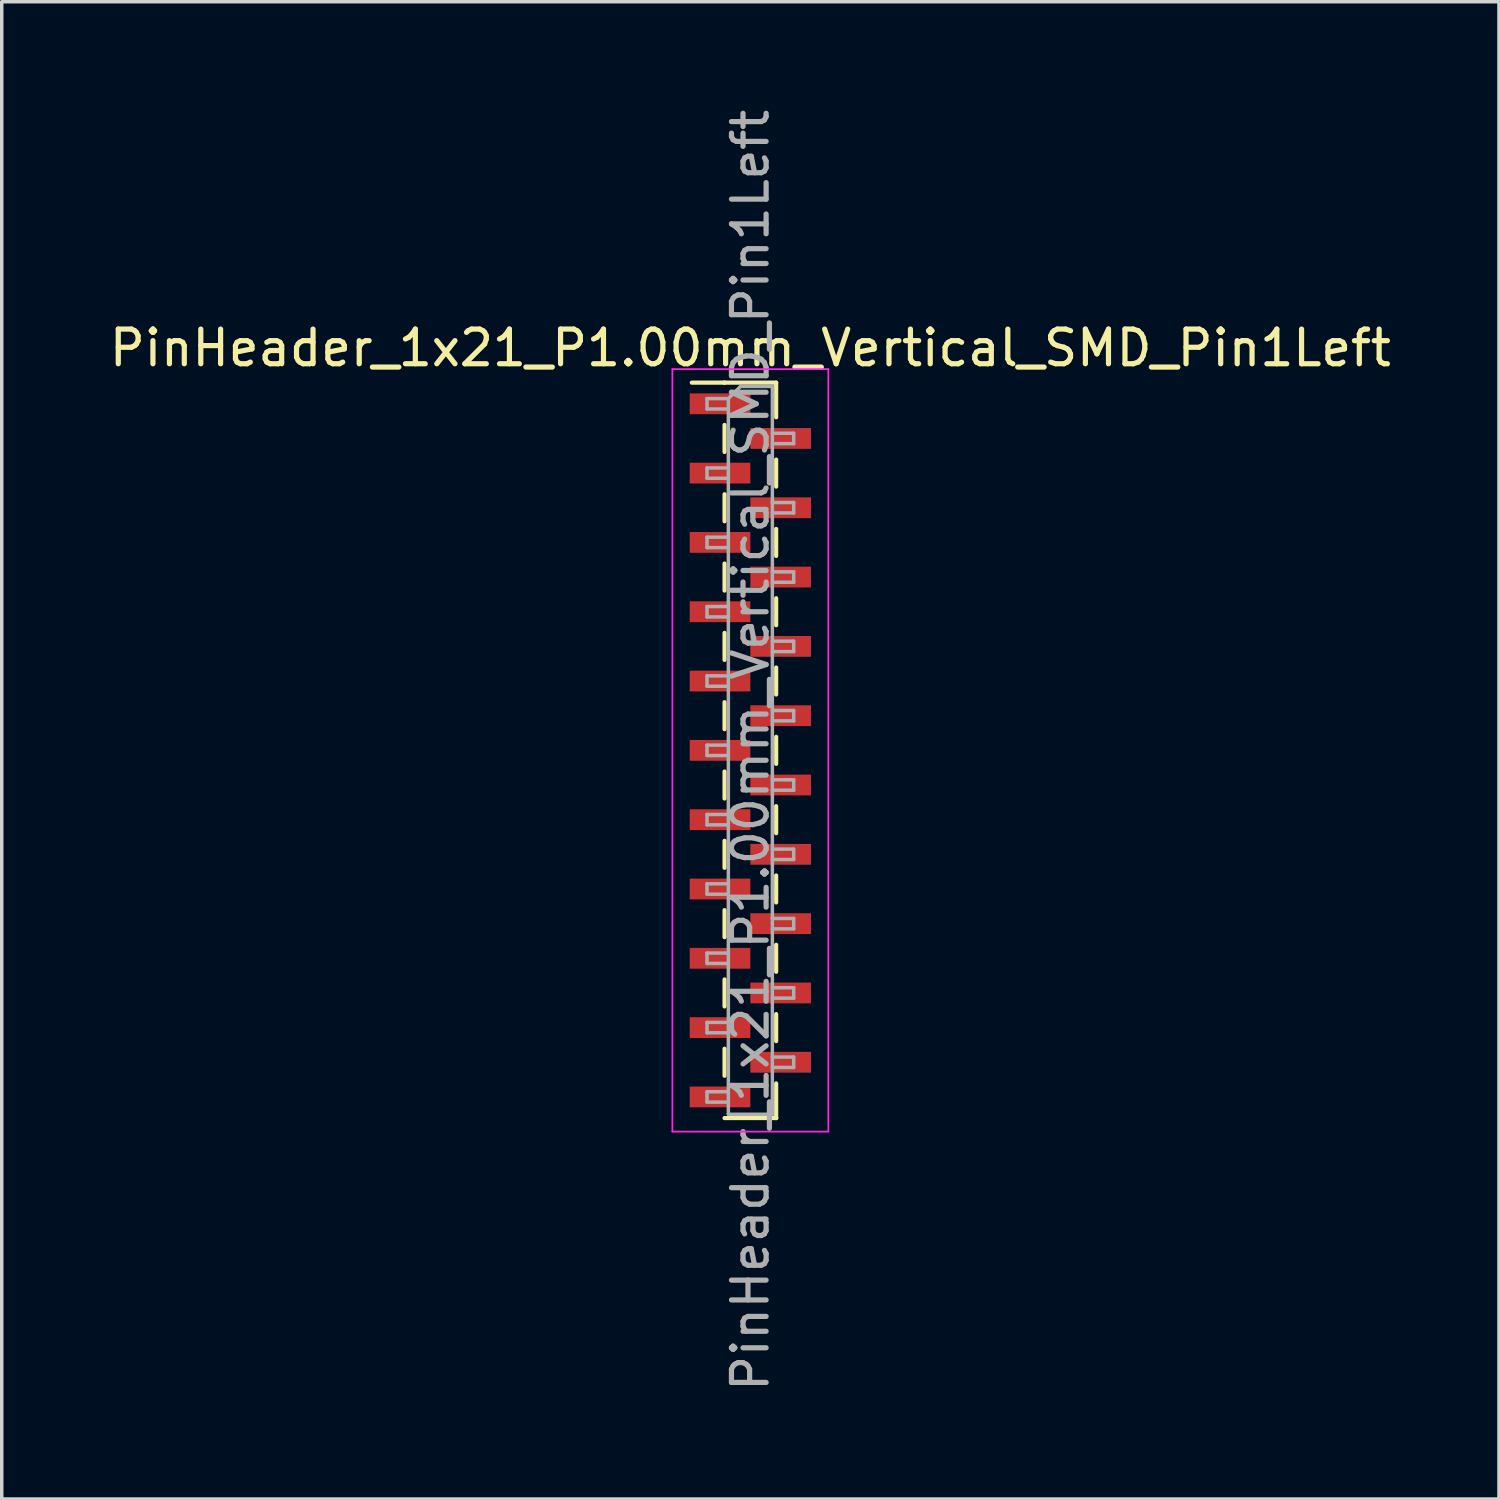
<source format=kicad_pcb>
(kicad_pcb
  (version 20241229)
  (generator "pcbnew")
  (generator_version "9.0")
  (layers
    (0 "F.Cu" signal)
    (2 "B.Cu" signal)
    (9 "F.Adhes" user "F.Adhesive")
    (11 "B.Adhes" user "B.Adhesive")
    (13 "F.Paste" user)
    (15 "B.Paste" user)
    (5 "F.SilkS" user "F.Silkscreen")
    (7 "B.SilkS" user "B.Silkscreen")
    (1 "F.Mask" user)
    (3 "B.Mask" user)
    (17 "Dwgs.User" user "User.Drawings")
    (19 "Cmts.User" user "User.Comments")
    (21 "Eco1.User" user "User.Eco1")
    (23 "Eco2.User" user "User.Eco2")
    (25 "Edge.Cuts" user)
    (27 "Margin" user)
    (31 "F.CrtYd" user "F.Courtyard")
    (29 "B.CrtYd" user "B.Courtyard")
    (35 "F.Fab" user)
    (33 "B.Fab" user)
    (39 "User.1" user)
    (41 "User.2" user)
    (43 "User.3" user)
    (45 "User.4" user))
  (footprint "PinHeader_1x21_P1.00mm_Vertical_SMD_Pin1Left"
    (layer "F.Cu")
    (at 18.601 18.601)
    (property "Reference" "PinHeader_1x21_P1.00mm_Vertical_SMD_Pin1Left" (at 0 -11.61 0) (layer "F.SilkS") (effects (font (size 1 1) (thickness 0.15))))
    (attr smd)
    (fp_line (start -0.745 -10.61) (end -1.69 -10.61) (stroke (width 0.12) (type solid)) (layer "F.SilkS"))
    (fp_line (start -0.745 -10.61) (end -0.745 -10.61) (stroke (width 0.12) (type solid)) (layer "F.SilkS"))
    (fp_line (start -0.745 -10.61) (end 0.745 -10.61) (stroke (width 0.12) (type solid)) (layer "F.SilkS"))
    (fp_line (start -0.745 -9.39) (end -0.745 -8.61) (stroke (width 0.12) (type solid)) (layer "F.SilkS"))
    (fp_line (start -0.745 -7.39) (end -0.745 -6.61) (stroke (width 0.12) (type solid)) (layer "F.SilkS"))
    (fp_line (start -0.745 -5.39) (end -0.745 -4.61) (stroke (width 0.12) (type solid)) (layer "F.SilkS"))
    (fp_line (start -0.745 -3.39) (end -0.745 -2.61) (stroke (width 0.12) (type solid)) (layer "F.SilkS"))
    (fp_line (start -0.745 -1.39) (end -0.745 -0.61) (stroke (width 0.12) (type solid)) (layer "F.SilkS"))
    (fp_line (start -0.745 0.61) (end -0.745 1.39) (stroke (width 0.12) (type solid)) (layer "F.SilkS"))
    (fp_line (start -0.745 2.61) (end -0.745 3.39) (stroke (width 0.12) (type solid)) (layer "F.SilkS"))
    (fp_line (start -0.745 4.61) (end -0.745 5.39) (stroke (width 0.12) (type solid)) (layer "F.SilkS"))
    (fp_line (start -0.745 6.61) (end -0.745 7.39) (stroke (width 0.12) (type solid)) (layer "F.SilkS"))
    (fp_line (start -0.745 8.61) (end -0.745 9.39) (stroke (width 0.12) (type solid)) (layer "F.SilkS"))
    (fp_line (start -0.745 10.61) (end 0.745 10.61) (stroke (width 0.12) (type solid)) (layer "F.SilkS"))
    (fp_line (start 0.745 -10.61) (end 0.745 -9.61) (stroke (width 0.12) (type solid)) (layer "F.SilkS"))
    (fp_line (start 0.745 -8.39) (end 0.745 -7.61) (stroke (width 0.12) (type solid)) (layer "F.SilkS"))
    (fp_line (start 0.745 -6.39) (end 0.745 -5.61) (stroke (width 0.12) (type solid)) (layer "F.SilkS"))
    (fp_line (start 0.745 -4.39) (end 0.745 -3.61) (stroke (width 0.12) (type solid)) (layer "F.SilkS"))
    (fp_line (start 0.745 -2.39) (end 0.745 -1.61) (stroke (width 0.12) (type solid)) (layer "F.SilkS"))
    (fp_line (start 0.745 -0.39) (end 0.745 0.39) (stroke (width 0.12) (type solid)) (layer "F.SilkS"))
    (fp_line (start 0.745 1.61) (end 0.745 2.39) (stroke (width 0.12) (type solid)) (layer "F.SilkS"))
    (fp_line (start 0.745 3.61) (end 0.745 4.39) (stroke (width 0.12) (type solid)) (layer "F.SilkS"))
    (fp_line (start 0.745 5.61) (end 0.745 6.39) (stroke (width 0.12) (type solid)) (layer "F.SilkS"))
    (fp_line (start 0.745 7.61) (end 0.745 8.39) (stroke (width 0.12) (type solid)) (layer "F.SilkS"))
    (fp_line (start 0.745 9.61) (end 0.745 10.61) (stroke (width 0.12) (type solid)) (layer "F.SilkS"))
    (fp_line (start 0.745 10.61) (end 0.745 10.61) (stroke (width 0.12) (type solid)) (layer "F.SilkS"))
    (fp_line (start -2.25 -11) (end -2.25 11) (stroke (width 0.05) (type solid)) (layer "F.CrtYd"))
    (fp_line (start -2.25 11) (end 2.25 11) (stroke (width 0.05) (type solid)) (layer "F.CrtYd"))
    (fp_line (start 2.25 -11) (end -2.25 -11) (stroke (width 0.05) (type solid)) (layer "F.CrtYd"))
    (fp_line (start 2.25 11) (end 2.25 -11) (stroke (width 0.05) (type solid)) (layer "F.CrtYd"))
    (fp_line (start -1.25 -10.15) (end -1.25 -9.85) (stroke (width 0.1) (type solid)) (layer "F.Fab"))
    (fp_line (start -1.25 -9.85) (end -0.635 -9.85) (stroke (width 0.1) (type solid)) (layer "F.Fab"))
    (fp_line (start -1.25 -8.15) (end -1.25 -7.85) (stroke (width 0.1) (type solid)) (layer "F.Fab"))
    (fp_line (start -1.25 -7.85) (end -0.635 -7.85) (stroke (width 0.1) (type solid)) (layer "F.Fab"))
    (fp_line (start -1.25 -6.15) (end -1.25 -5.85) (stroke (width 0.1) (type solid)) (layer "F.Fab"))
    (fp_line (start -1.25 -5.85) (end -0.635 -5.85) (stroke (width 0.1) (type solid)) (layer "F.Fab"))
    (fp_line (start -1.25 -4.15) (end -1.25 -3.85) (stroke (width 0.1) (type solid)) (layer "F.Fab"))
    (fp_line (start -1.25 -3.85) (end -0.635 -3.85) (stroke (width 0.1) (type solid)) (layer "F.Fab"))
    (fp_line (start -1.25 -2.15) (end -1.25 -1.85) (stroke (width 0.1) (type solid)) (layer "F.Fab"))
    (fp_line (start -1.25 -1.85) (end -0.635 -1.85) (stroke (width 0.1) (type solid)) (layer "F.Fab"))
    (fp_line (start -1.25 -0.15) (end -1.25 0.15) (stroke (width 0.1) (type solid)) (layer "F.Fab"))
    (fp_line (start -1.25 0.15) (end -0.635 0.15) (stroke (width 0.1) (type solid)) (layer "F.Fab"))
    (fp_line (start -1.25 1.85) (end -1.25 2.15) (stroke (width 0.1) (type solid)) (layer "F.Fab"))
    (fp_line (start -1.25 2.15) (end -0.635 2.15) (stroke (width 0.1) (type solid)) (layer "F.Fab"))
    (fp_line (start -1.25 3.85) (end -1.25 4.15) (stroke (width 0.1) (type solid)) (layer "F.Fab"))
    (fp_line (start -1.25 4.15) (end -0.635 4.15) (stroke (width 0.1) (type solid)) (layer "F.Fab"))
    (fp_line (start -1.25 5.85) (end -1.25 6.15) (stroke (width 0.1) (type solid)) (layer "F.Fab"))
    (fp_line (start -1.25 6.15) (end -0.635 6.15) (stroke (width 0.1) (type solid)) (layer "F.Fab"))
    (fp_line (start -1.25 7.85) (end -1.25 8.15) (stroke (width 0.1) (type solid)) (layer "F.Fab"))
    (fp_line (start -1.25 8.15) (end -0.635 8.15) (stroke (width 0.1) (type solid)) (layer "F.Fab"))
    (fp_line (start -1.25 9.85) (end -1.25 10.15) (stroke (width 0.1) (type solid)) (layer "F.Fab"))
    (fp_line (start -1.25 10.15) (end -0.635 10.15) (stroke (width 0.1) (type solid)) (layer "F.Fab"))
    (fp_line (start -0.635 -10.15) (end -1.25 -10.15) (stroke (width 0.1) (type solid)) (layer "F.Fab"))
    (fp_line (start -0.635 -10.15) (end -0.285 -10.5) (stroke (width 0.1) (type solid)) (layer "F.Fab"))
    (fp_line (start -0.635 -8.15) (end -1.25 -8.15) (stroke (width 0.1) (type solid)) (layer "F.Fab"))
    (fp_line (start -0.635 -6.15) (end -1.25 -6.15) (stroke (width 0.1) (type solid)) (layer "F.Fab"))
    (fp_line (start -0.635 -4.15) (end -1.25 -4.15) (stroke (width 0.1) (type solid)) (layer "F.Fab"))
    (fp_line (start -0.635 -2.15) (end -1.25 -2.15) (stroke (width 0.1) (type solid)) (layer "F.Fab"))
    (fp_line (start -0.635 -0.15) (end -1.25 -0.15) (stroke (width 0.1) (type solid)) (layer "F.Fab"))
    (fp_line (start -0.635 1.85) (end -1.25 1.85) (stroke (width 0.1) (type solid)) (layer "F.Fab"))
    (fp_line (start -0.635 3.85) (end -1.25 3.85) (stroke (width 0.1) (type solid)) (layer "F.Fab"))
    (fp_line (start -0.635 5.85) (end -1.25 5.85) (stroke (width 0.1) (type solid)) (layer "F.Fab"))
    (fp_line (start -0.635 7.85) (end -1.25 7.85) (stroke (width 0.1) (type solid)) (layer "F.Fab"))
    (fp_line (start -0.635 9.85) (end -1.25 9.85) (stroke (width 0.1) (type solid)) (layer "F.Fab"))
    (fp_line (start -0.635 10.5) (end -0.635 -10.15) (stroke (width 0.1) (type solid)) (layer "F.Fab"))
    (fp_line (start -0.285 -10.5) (end 0.635 -10.5) (stroke (width 0.1) (type solid)) (layer "F.Fab"))
    (fp_line (start 0.635 -10.5) (end 0.635 10.5) (stroke (width 0.1) (type solid)) (layer "F.Fab"))
    (fp_line (start 0.635 -9.15) (end 1.25 -9.15) (stroke (width 0.1) (type solid)) (layer "F.Fab"))
    (fp_line (start 0.635 -7.15) (end 1.25 -7.15) (stroke (width 0.1) (type solid)) (layer "F.Fab"))
    (fp_line (start 0.635 -5.15) (end 1.25 -5.15) (stroke (width 0.1) (type solid)) (layer "F.Fab"))
    (fp_line (start 0.635 -3.15) (end 1.25 -3.15) (stroke (width 0.1) (type solid)) (layer "F.Fab"))
    (fp_line (start 0.635 -1.15) (end 1.25 -1.15) (stroke (width 0.1) (type solid)) (layer "F.Fab"))
    (fp_line (start 0.635 0.85) (end 1.25 0.85) (stroke (width 0.1) (type solid)) (layer "F.Fab"))
    (fp_line (start 0.635 2.85) (end 1.25 2.85) (stroke (width 0.1) (type solid)) (layer "F.Fab"))
    (fp_line (start 0.635 4.85) (end 1.25 4.85) (stroke (width 0.1) (type solid)) (layer "F.Fab"))
    (fp_line (start 0.635 6.85) (end 1.25 6.85) (stroke (width 0.1) (type solid)) (layer "F.Fab"))
    (fp_line (start 0.635 8.85) (end 1.25 8.85) (stroke (width 0.1) (type solid)) (layer "F.Fab"))
    (fp_line (start 0.635 10.5) (end -0.635 10.5) (stroke (width 0.1) (type solid)) (layer "F.Fab"))
    (fp_line (start 1.25 -9.15) (end 1.25 -8.85) (stroke (width 0.1) (type solid)) (layer "F.Fab"))
    (fp_line (start 1.25 -8.85) (end 0.635 -8.85) (stroke (width 0.1) (type solid)) (layer "F.Fab"))
    (fp_line (start 1.25 -7.15) (end 1.25 -6.85) (stroke (width 0.1) (type solid)) (layer "F.Fab"))
    (fp_line (start 1.25 -6.85) (end 0.635 -6.85) (stroke (width 0.1) (type solid)) (layer "F.Fab"))
    (fp_line (start 1.25 -5.15) (end 1.25 -4.85) (stroke (width 0.1) (type solid)) (layer "F.Fab"))
    (fp_line (start 1.25 -4.85) (end 0.635 -4.85) (stroke (width 0.1) (type solid)) (layer "F.Fab"))
    (fp_line (start 1.25 -3.15) (end 1.25 -2.85) (stroke (width 0.1) (type solid)) (layer "F.Fab"))
    (fp_line (start 1.25 -2.85) (end 0.635 -2.85) (stroke (width 0.1) (type solid)) (layer "F.Fab"))
    (fp_line (start 1.25 -1.15) (end 1.25 -0.85) (stroke (width 0.1) (type solid)) (layer "F.Fab"))
    (fp_line (start 1.25 -0.85) (end 0.635 -0.85) (stroke (width 0.1) (type solid)) (layer "F.Fab"))
    (fp_line (start 1.25 0.85) (end 1.25 1.15) (stroke (width 0.1) (type solid)) (layer "F.Fab"))
    (fp_line (start 1.25 1.15) (end 0.635 1.15) (stroke (width 0.1) (type solid)) (layer "F.Fab"))
    (fp_line (start 1.25 2.85) (end 1.25 3.15) (stroke (width 0.1) (type solid)) (layer "F.Fab"))
    (fp_line (start 1.25 3.15) (end 0.635 3.15) (stroke (width 0.1) (type solid)) (layer "F.Fab"))
    (fp_line (start 1.25 4.85) (end 1.25 5.15) (stroke (width 0.1) (type solid)) (layer "F.Fab"))
    (fp_line (start 1.25 5.15) (end 0.635 5.15) (stroke (width 0.1) (type solid)) (layer "F.Fab"))
    (fp_line (start 1.25 6.85) (end 1.25 7.15) (stroke (width 0.1) (type solid)) (layer "F.Fab"))
    (fp_line (start 1.25 7.15) (end 0.635 7.15) (stroke (width 0.1) (type solid)) (layer "F.Fab"))
    (fp_line (start 1.25 8.85) (end 1.25 9.15) (stroke (width 0.1) (type solid)) (layer "F.Fab"))
    (fp_line (start 1.25 9.15) (end 0.635 9.15) (stroke (width 0.1) (type solid)) (layer "F.Fab"))
    (fp_text user "${REFERENCE}" (at 0 0 90) (layer "F.Fab") (effects (font (size 1 1) (thickness 0.15))))
    (pad "1" smd rect (at -0.875 -10) (size 1.75 0.6) (layers "F.Cu" "F.Mask" "F.Paste"))
    (pad "2" smd rect (at 0.875 -9) (size 1.75 0.6) (layers "F.Cu" "F.Mask" "F.Paste"))
    (pad "3" smd rect (at -0.875 -8) (size 1.75 0.6) (layers "F.Cu" "F.Mask" "F.Paste"))
    (pad "4" smd rect (at 0.875 -7) (size 1.75 0.6) (layers "F.Cu" "F.Mask" "F.Paste"))
    (pad "5" smd rect (at -0.875 -6) (size 1.75 0.6) (layers "F.Cu" "F.Mask" "F.Paste"))
    (pad "6" smd rect (at 0.875 -5) (size 1.75 0.6) (layers "F.Cu" "F.Mask" "F.Paste"))
    (pad "7" smd rect (at -0.875 -4) (size 1.75 0.6) (layers "F.Cu" "F.Mask" "F.Paste"))
    (pad "8" smd rect (at 0.875 -3) (size 1.75 0.6) (layers "F.Cu" "F.Mask" "F.Paste"))
    (pad "9" smd rect (at -0.875 -2) (size 1.75 0.6) (layers "F.Cu" "F.Mask" "F.Paste"))
    (pad "10" smd rect (at 0.875 -1) (size 1.75 0.6) (layers "F.Cu" "F.Mask" "F.Paste"))
    (pad "11" smd rect (at -0.875 0) (size 1.75 0.6) (layers "F.Cu" "F.Mask" "F.Paste"))
    (pad "12" smd rect (at 0.875 1) (size 1.75 0.6) (layers "F.Cu" "F.Mask" "F.Paste"))
    (pad "13" smd rect (at -0.875 2) (size 1.75 0.6) (layers "F.Cu" "F.Mask" "F.Paste"))
    (pad "14" smd rect (at 0.875 3) (size 1.75 0.6) (layers "F.Cu" "F.Mask" "F.Paste"))
    (pad "15" smd rect (at -0.875 4) (size 1.75 0.6) (layers "F.Cu" "F.Mask" "F.Paste"))
    (pad "16" smd rect (at 0.875 5) (size 1.75 0.6) (layers "F.Cu" "F.Mask" "F.Paste"))
    (pad "17" smd rect (at -0.875 6) (size 1.75 0.6) (layers "F.Cu" "F.Mask" "F.Paste"))
    (pad "18" smd rect (at 0.875 7) (size 1.75 0.6) (layers "F.Cu" "F.Mask" "F.Paste"))
    (pad "19" smd rect (at -0.875 8) (size 1.75 0.6) (layers "F.Cu" "F.Mask" "F.Paste"))
    (pad "20" smd rect (at 0.875 9) (size 1.75 0.6) (layers "F.Cu" "F.Mask" "F.Paste"))
    (pad "21" smd rect (at -0.875 10) (size 1.75 0.6) (layers "F.Cu" "F.Mask" "F.Paste")))
  (gr_rect
    (start -3 -3)
    (end 40.202 40.202)
    (stroke (width 0.1) (type default))
    (fill no)
    (layer "Edge.Cuts")))
</source>
